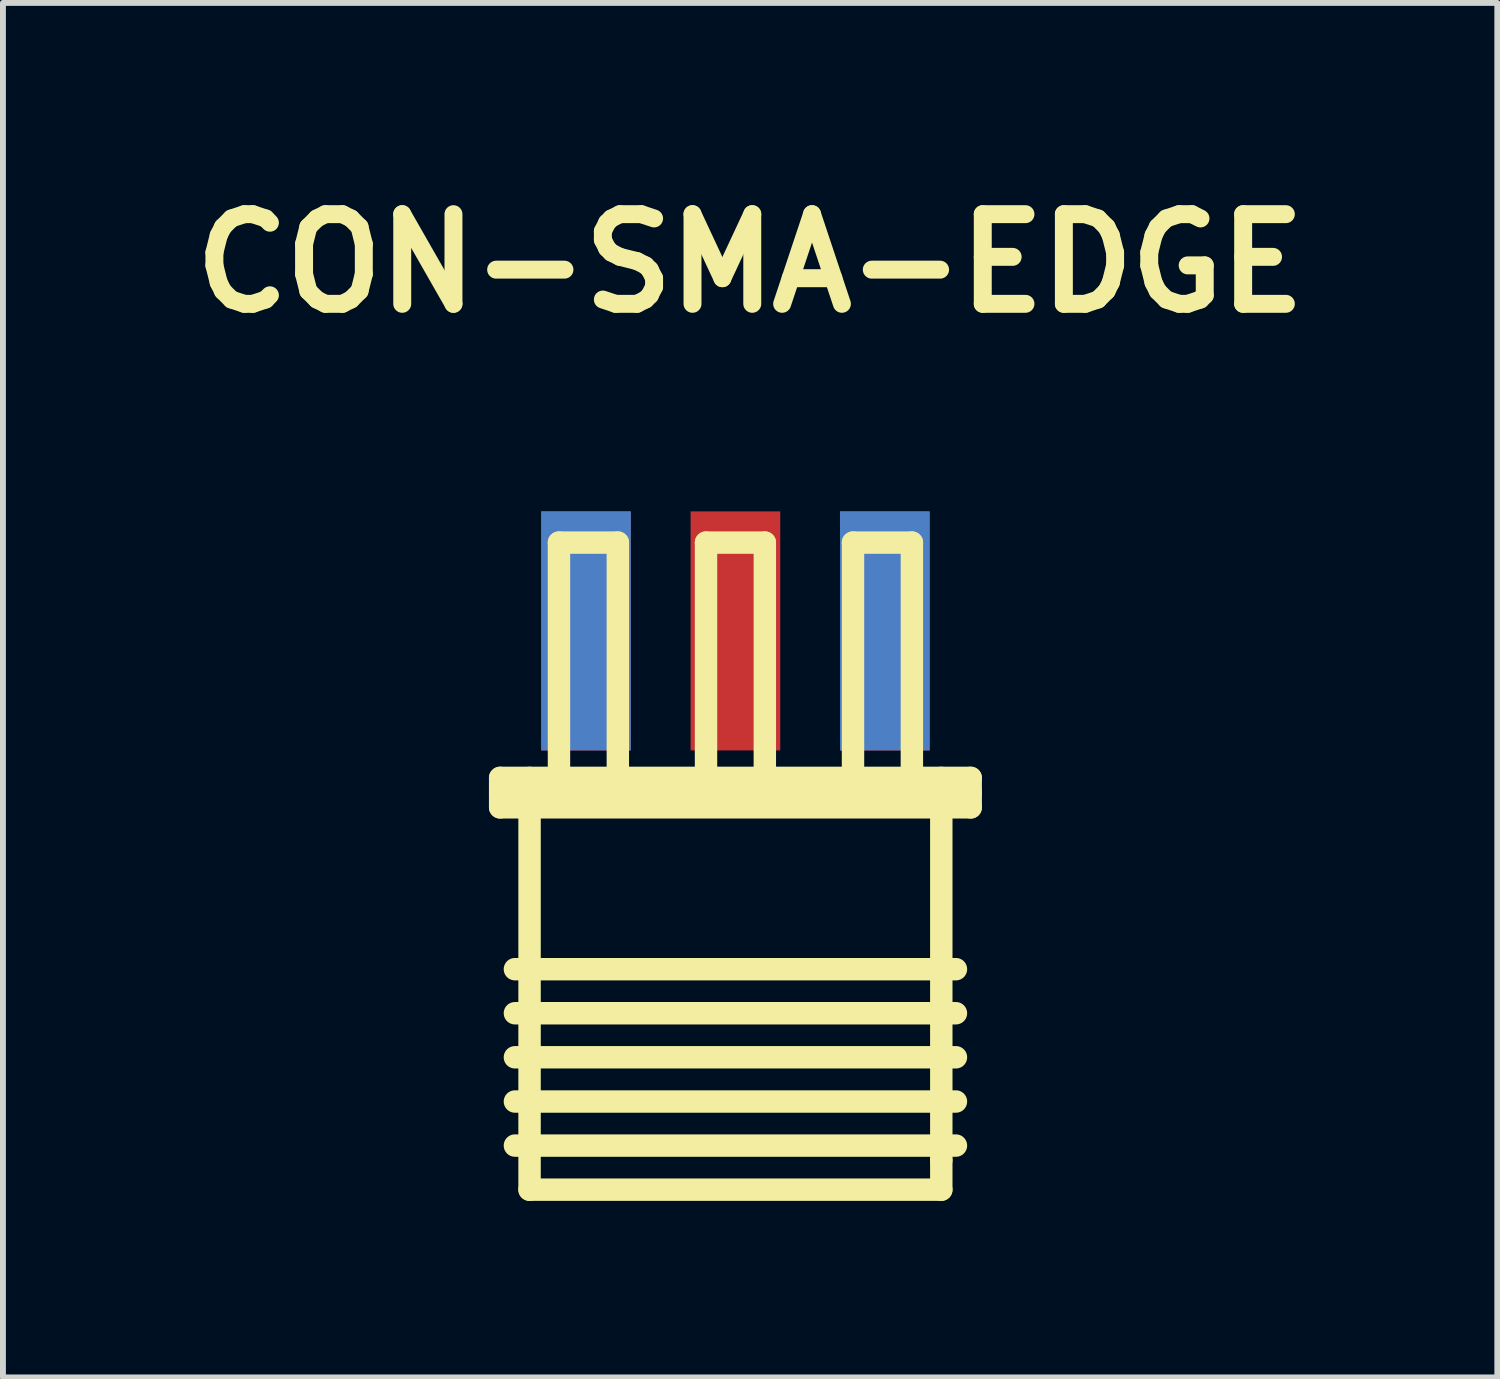
<source format=kicad_pcb>
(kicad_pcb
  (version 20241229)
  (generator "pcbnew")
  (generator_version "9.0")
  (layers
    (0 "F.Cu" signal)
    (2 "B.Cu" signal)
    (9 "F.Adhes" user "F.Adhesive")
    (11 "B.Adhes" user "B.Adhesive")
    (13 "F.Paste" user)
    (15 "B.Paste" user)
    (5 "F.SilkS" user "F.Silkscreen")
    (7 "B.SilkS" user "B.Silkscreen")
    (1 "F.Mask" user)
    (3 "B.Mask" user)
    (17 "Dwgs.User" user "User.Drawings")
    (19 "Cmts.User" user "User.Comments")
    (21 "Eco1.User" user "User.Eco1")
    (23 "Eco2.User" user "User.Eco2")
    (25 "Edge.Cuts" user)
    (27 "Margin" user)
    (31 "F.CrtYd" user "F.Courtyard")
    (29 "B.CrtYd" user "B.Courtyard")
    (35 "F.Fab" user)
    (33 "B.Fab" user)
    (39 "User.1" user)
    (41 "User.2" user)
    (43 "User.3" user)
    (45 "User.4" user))
  (footprint "CON-SMA-EDGE"
    (layer "F.Cu")
    (at 9.453 7.676)
    (property "Reference" "CON-SMA-EDGE" (at 0.25 -6.25 0) (layer "F.SilkS") (effects (font (size 1.524 1.524) (thickness 0.305))))
    (attr through_hole)
    (fp_line (start -4 2.499) (end 4 2.499) (stroke (width 0.381) (type solid)) (layer "F.SilkS"))
    (fp_line (start -4 3) (end -4 2.499) (stroke (width 0.381) (type solid)) (layer "F.SilkS"))
    (fp_line (start -4 3) (end 4 3) (stroke (width 0.381) (type solid)) (layer "F.SilkS"))
    (fp_line (start -3.749 5.751) (end 3.749 5.751) (stroke (width 0.381) (type solid)) (layer "F.SilkS"))
    (fp_line (start -3.749 8.001) (end 3.749 8.001) (stroke (width 0.381) (type solid)) (layer "F.SilkS"))
    (fp_line (start -3.5 9.5) (end -3.5 2.499) (stroke (width 0.381) (type solid)) (layer "F.SilkS"))
    (fp_line (start -3.5 9.5) (end 3.5 9.5) (stroke (width 0.381) (type solid)) (layer "F.SilkS"))
    (fp_line (start -3 -1.501) (end -1.999 -1.501) (stroke (width 0.381) (type solid)) (layer "F.SilkS"))
    (fp_line (start -3 2.499) (end -3 -1.501) (stroke (width 0.381) (type solid)) (layer "F.SilkS"))
    (fp_line (start -1.999 -1.501) (end -1.999 2.499) (stroke (width 0.381) (type solid)) (layer "F.SilkS"))
    (fp_line (start -0.5 -1.501) (end 0.5 -1.501) (stroke (width 0.381) (type solid)) (layer "F.SilkS"))
    (fp_line (start -0.5 2.499) (end -0.5 -1.501) (stroke (width 0.381) (type solid)) (layer "F.SilkS"))
    (fp_line (start 0.5 -1.501) (end 0.5 2.499) (stroke (width 0.381) (type solid)) (layer "F.SilkS"))
    (fp_line (start 1.999 -1.501) (end 3 -1.501) (stroke (width 0.381) (type solid)) (layer "F.SilkS"))
    (fp_line (start 1.999 2.499) (end 1.999 -1.501) (stroke (width 0.381) (type solid)) (layer "F.SilkS"))
    (fp_line (start 3 -1.501) (end 3 2.499) (stroke (width 0.381) (type solid)) (layer "F.SilkS"))
    (fp_line (start 3.5 2.499) (end 3.5 8.999) (stroke (width 0.381) (type solid)) (layer "F.SilkS"))
    (fp_line (start 3.5 9.5) (end 3.5 8.999) (stroke (width 0.381) (type solid)) (layer "F.SilkS"))
    (fp_line (start 3.749 6.5) (end -3.749 6.5) (stroke (width 0.381) (type solid)) (layer "F.SilkS"))
    (fp_line (start 3.749 7.249) (end -3.749 7.249) (stroke (width 0.381) (type solid)) (layer "F.SilkS"))
    (fp_line (start 3.749 8.75) (end -3.749 8.75) (stroke (width 0.381) (type solid)) (layer "F.SilkS"))
    (fp_line (start 4 2.751) (end -4 2.751) (stroke (width 0.381) (type solid)) (layer "F.SilkS"))
    (fp_line (start 4 3) (end 4 2.499) (stroke (width 0.381) (type solid)) (layer "F.SilkS"))
    (pad "1" smd rect (at 0 0) (size 1.524 4.064) (layers "F.Cu" "F.Mask" "F.Paste"))
    (pad "2" smd rect (at -2.54 0) (size 1.524 4.064) (layers "F.Cu" "F.Mask" "F.Paste"))
    (pad "3" smd rect (at -2.54 0) (size 1.524 4.064) (layers "B.Cu" "B.Mask" "B.Paste"))
    (pad "4" smd rect (at 2.54 0) (size 1.524 4.064) (layers "F.Cu" "F.Mask" "F.Paste"))
    (pad "5" smd rect (at 2.54 0) (size 1.524 4.064) (layers "B.Cu" "B.Mask" "B.Paste")))
  (gr_rect
    (start -3 -3)
    (end 22.406 20.367)
    (stroke (width 0.1) (type default))
    (fill no)
    (layer "Edge.Cuts")))
</source>
